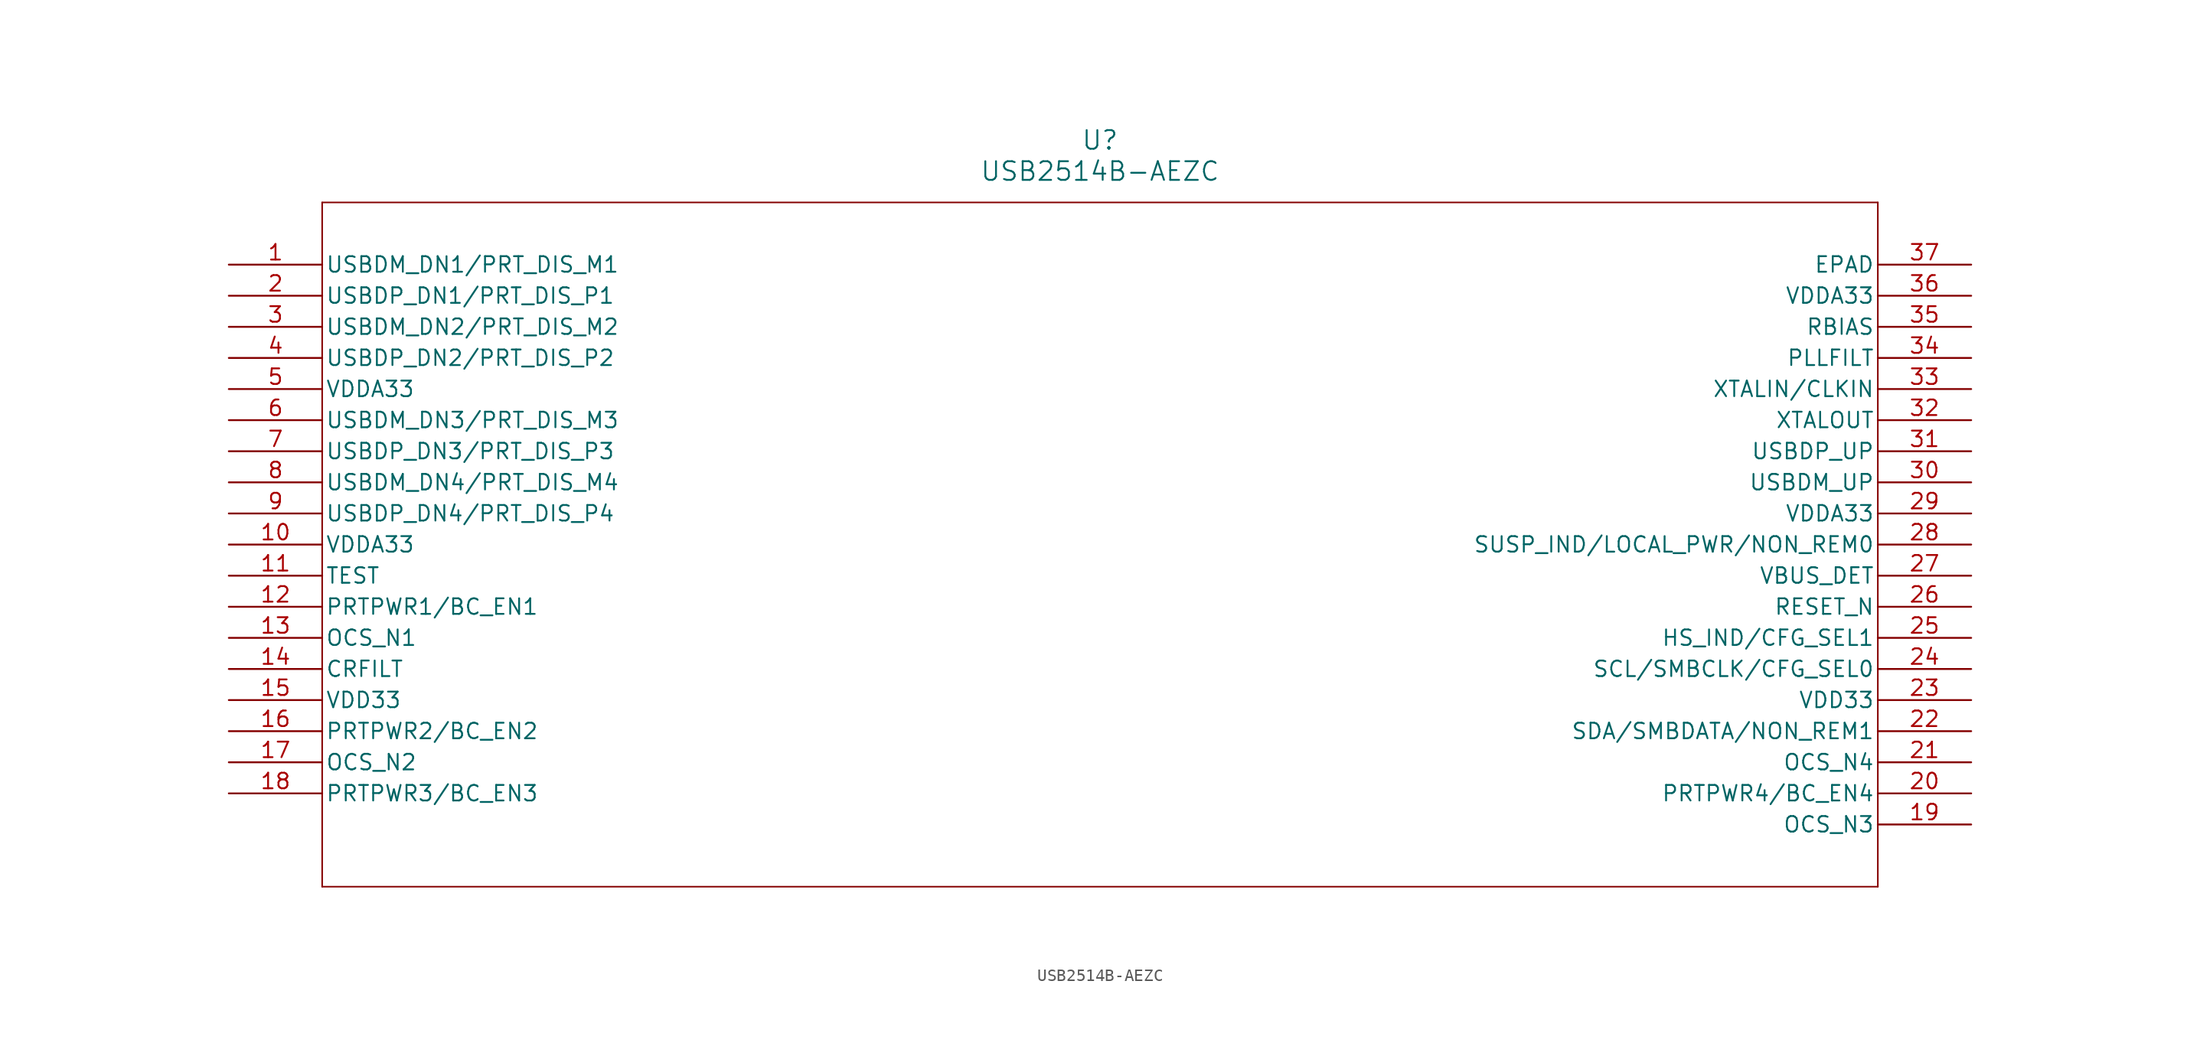
<source format=kicad_sym>
(kicad_symbol_lib
  (version 20211014)
  (generator kicad_symbol_editor)
  (symbol "USB2514B-AEZC"
    (pin_names
      (offset 0.254))
    (property "Reference" "U"
      (at 71.12 10.16 0)
      (effects (font (size 1.524 1.524))))
    (property "Value" "USB2514B-AEZC"
      (at 71.12 7.62 0)
      (effects (font (size 1.524 1.524))))
    (symbol "USB2514B-AEZC_0_1"
      (polyline (pts (xy 7.62 5.08) (xy 7.62 -50.8)) (stroke (width 0.127) (type default) (color 0 0 0 0)) (fill (type none)))
      (polyline (pts (xy 7.62 -50.8) (xy 134.62 -50.8)) (stroke (width 0.127) (type default) (color 0 0 0 0)) (fill (type none)))
      (polyline (pts (xy 134.62 -50.8) (xy 134.62 5.08)) (stroke (width 0.127) (type default) (color 0 0 0 0)) (fill (type none)))
      (polyline (pts (xy 134.62 5.08) (xy 7.62 5.08)) (stroke (width 0.127) (type default) (color 0 0 0 0)) (fill (type none)))
      (pin bidirectional line (at 0 0 0) (length 7.62) (name "USBDM_DN1/PRT_DIS_M1" (effects (font (size 1.27 1.27)))) (number "1" (effects (font (size 1.27 1.27)))))
      (pin bidirectional line (at 0 -2.54 0) (length 7.62) (name "USBDP_DN1/PRT_DIS_P1" (effects (font (size 1.27 1.27)))) (number "2" (effects (font (size 1.27 1.27)))))
      (pin bidirectional line (at 0 -5.08 0) (length 7.62) (name "USBDM_DN2/PRT_DIS_M2" (effects (font (size 1.27 1.27)))) (number "3" (effects (font (size 1.27 1.27)))))
      (pin bidirectional line (at 0 -7.62 0) (length 7.62) (name "USBDP_DN2/PRT_DIS_P2" (effects (font (size 1.27 1.27)))) (number "4" (effects (font (size 1.27 1.27)))))
      (pin power_in line (at 0 -10.16 0) (length 7.62) (name "VDDA33" (effects (font (size 1.27 1.27)))) (number "5" (effects (font (size 1.27 1.27)))))
      (pin bidirectional line (at 0 -12.7 0) (length 7.62) (name "USBDM_DN3/PRT_DIS_M3" (effects (font (size 1.27 1.27)))) (number "6" (effects (font (size 1.27 1.27)))))
      (pin bidirectional line (at 0 -15.24 0) (length 7.62) (name "USBDP_DN3/PRT_DIS_P3" (effects (font (size 1.27 1.27)))) (number "7" (effects (font (size 1.27 1.27)))))
      (pin bidirectional line (at 0 -17.78 0) (length 7.62) (name "USBDM_DN4/PRT_DIS_M4" (effects (font (size 1.27 1.27)))) (number "8" (effects (font (size 1.27 1.27)))))
      (pin bidirectional line (at 0 -20.32 0) (length 7.62) (name "USBDP_DN4/PRT_DIS_P4" (effects (font (size 1.27 1.27)))) (number "9" (effects (font (size 1.27 1.27)))))
      (pin power_in line (at 0 -22.86 0) (length 7.62) (name "VDDA33" (effects (font (size 1.27 1.27)))) (number "10" (effects (font (size 1.27 1.27)))))
      (pin bidirectional line (at 0 -25.4 0) (length 7.62) (name "TEST" (effects (font (size 1.27 1.27)))) (number "11" (effects (font (size 1.27 1.27)))))
      (pin bidirectional line (at 0 -27.94 0) (length 7.62) (name "PRTPWR1/BC_EN1" (effects (font (size 1.27 1.27)))) (number "12" (effects (font (size 1.27 1.27)))))
      (pin bidirectional line (at 0 -30.48 0) (length 7.62) (name "OCS_N1" (effects (font (size 1.27 1.27)))) (number "13" (effects (font (size 1.27 1.27)))))
      (pin bidirectional line (at 0 -33.02 0) (length 7.62) (name "CRFILT" (effects (font (size 1.27 1.27)))) (number "14" (effects (font (size 1.27 1.27)))))
      (pin power_in line (at 0 -35.56 0) (length 7.62) (name "VDD33" (effects (font (size 1.27 1.27)))) (number "15" (effects (font (size 1.27 1.27)))))
      (pin bidirectional line (at 0 -38.1 0) (length 7.62) (name "PRTPWR2/BC_EN2" (effects (font (size 1.27 1.27)))) (number "16" (effects (font (size 1.27 1.27)))))
      (pin bidirectional line (at 0 -40.64 0) (length 7.62) (name "OCS_N2" (effects (font (size 1.27 1.27)))) (number "17" (effects (font (size 1.27 1.27)))))
      (pin bidirectional line (at 0 -43.18 0) (length 7.62) (name "PRTPWR3/BC_EN3" (effects (font (size 1.27 1.27)))) (number "18" (effects (font (size 1.27 1.27)))))
      (pin bidirectional line (at 142.24 -45.72 180) (length 7.62) (name "OCS_N3" (effects (font (size 1.27 1.27)))) (number "19" (effects (font (size 1.27 1.27)))))
      (pin bidirectional line (at 142.24 -43.18 180) (length 7.62) (name "PRTPWR4/BC_EN4" (effects (font (size 1.27 1.27)))) (number "20" (effects (font (size 1.27 1.27)))))
      (pin bidirectional line (at 142.24 -40.64 180) (length 7.62) (name "OCS_N4" (effects (font (size 1.27 1.27)))) (number "21" (effects (font (size 1.27 1.27)))))
      (pin bidirectional line (at 142.24 -38.1 180) (length 7.62) (name "SDA/SMBDATA/NON_REM1" (effects (font (size 1.27 1.27)))) (number "22" (effects (font (size 1.27 1.27)))))
      (pin power_in line (at 142.24 -35.56 180) (length 7.62) (name "VDD33" (effects (font (size 1.27 1.27)))) (number "23" (effects (font (size 1.27 1.27)))))
      (pin bidirectional line (at 142.24 -33.02 180) (length 7.62) (name "SCL/SMBCLK/CFG_SEL0" (effects (font (size 1.27 1.27)))) (number "24" (effects (font (size 1.27 1.27)))))
      (pin bidirectional line (at 142.24 -30.48 180) (length 7.62) (name "HS_IND/CFG_SEL1" (effects (font (size 1.27 1.27)))) (number "25" (effects (font (size 1.27 1.27)))))
      (pin bidirectional line (at 142.24 -27.94 180) (length 7.62) (name "RESET_N" (effects (font (size 1.27 1.27)))) (number "26" (effects (font (size 1.27 1.27)))))
      (pin bidirectional line (at 142.24 -25.4 180) (length 7.62) (name "VBUS_DET" (effects (font (size 1.27 1.27)))) (number "27" (effects (font (size 1.27 1.27)))))
      (pin bidirectional line (at 142.24 -22.86 180) (length 7.62) (name "SUSP_IND/LOCAL_PWR/NON_REM0" (effects (font (size 1.27 1.27)))) (number "28" (effects (font (size 1.27 1.27)))))
      (pin power_in line (at 142.24 -20.32 180) (length 7.62) (name "VDDA33" (effects (font (size 1.27 1.27)))) (number "29" (effects (font (size 1.27 1.27)))))
      (pin bidirectional line (at 142.24 -17.78 180) (length 7.62) (name "USBDM_UP" (effects (font (size 1.27 1.27)))) (number "30" (effects (font (size 1.27 1.27)))))
      (pin bidirectional line (at 142.24 -15.24 180) (length 7.62) (name "USBDP_UP" (effects (font (size 1.27 1.27)))) (number "31" (effects (font (size 1.27 1.27)))))
      (pin output line (at 142.24 -12.7 180) (length 7.62) (name "XTALOUT" (effects (font (size 1.27 1.27)))) (number "32" (effects (font (size 1.27 1.27)))))
      (pin input line (at 142.24 -10.16 180) (length 7.62) (name "XTALIN/CLKIN" (effects (font (size 1.27 1.27)))) (number "33" (effects (font (size 1.27 1.27)))))
      (pin bidirectional line (at 142.24 -7.62 180) (length 7.62) (name "PLLFILT" (effects (font (size 1.27 1.27)))) (number "34" (effects (font (size 1.27 1.27)))))
      (pin bidirectional line (at 142.24 -5.08 180) (length 7.62) (name "RBIAS" (effects (font (size 1.27 1.27)))) (number "35" (effects (font (size 1.27 1.27)))))
      (pin power_in line (at 142.24 -2.54 180) (length 7.62) (name "VDDA33" (effects (font (size 1.27 1.27)))) (number "36" (effects (font (size 1.27 1.27)))))
      (pin unspecified line (at 142.24 0 180) (length 7.62) (name "EPAD" (effects (font (size 1.27 1.27)))) (number "37" (effects (font (size 1.27 1.27))))))))
</source>
